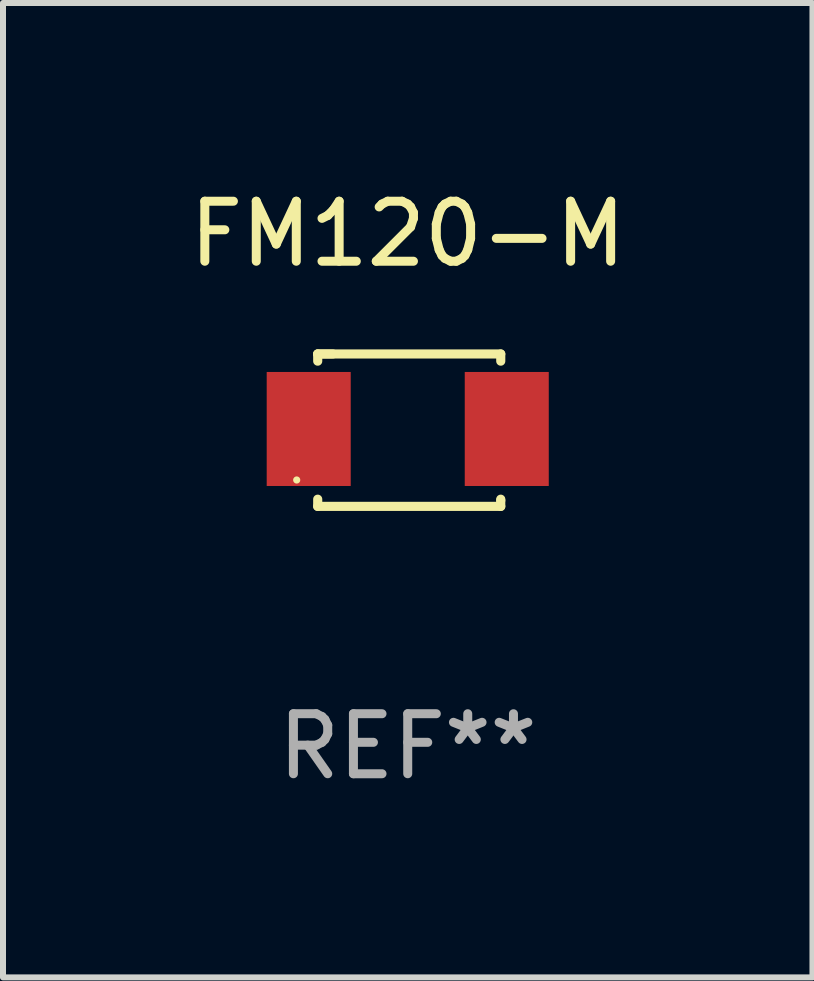
<source format=kicad_pcb>
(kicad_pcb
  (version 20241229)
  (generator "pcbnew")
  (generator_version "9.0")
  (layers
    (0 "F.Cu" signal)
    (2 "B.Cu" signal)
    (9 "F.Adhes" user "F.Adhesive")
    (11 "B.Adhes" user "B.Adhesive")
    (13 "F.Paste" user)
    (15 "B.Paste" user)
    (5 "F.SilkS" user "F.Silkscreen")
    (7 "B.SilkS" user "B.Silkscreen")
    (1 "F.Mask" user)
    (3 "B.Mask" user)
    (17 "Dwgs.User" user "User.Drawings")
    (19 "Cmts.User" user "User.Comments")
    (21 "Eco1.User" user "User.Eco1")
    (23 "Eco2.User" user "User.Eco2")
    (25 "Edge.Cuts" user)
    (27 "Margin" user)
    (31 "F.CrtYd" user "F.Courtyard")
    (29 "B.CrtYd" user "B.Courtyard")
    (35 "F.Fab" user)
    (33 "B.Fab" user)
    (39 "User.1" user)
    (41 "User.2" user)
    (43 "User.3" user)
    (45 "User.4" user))
  (footprint "FM120-M"
    (layer "F.Cu")
    (at 3.744 4.118)
    (property "Reference" "FM120-M" (at 0 -3.27 0) (layer "F.SilkS") (effects (font (size 1 1) (thickness 0.15))))
    (attr through_hole)
    (fp_line (start -1.5 -1.27) (end -1.247 -1.27) (stroke (width 0.152) (type solid)) (layer "F.SilkS"))
    (fp_line (start -1.5 -1.27) (end 1.55 -1.27) (stroke (width 0.152) (type solid)) (layer "F.SilkS"))
    (fp_line (start -1.5 -1.15) (end -1.5 -1.27) (stroke (width 0.152) (type solid)) (layer "F.SilkS"))
    (fp_line (start -1.5 1.27) (end -1.5 1.15) (stroke (width 0.152) (type solid)) (layer "F.SilkS"))
    (fp_line (start 1.55 -1.27) (end 1.55 -1.15) (stroke (width 0.152) (type solid)) (layer "F.SilkS"))
    (fp_line (start 1.55 1.15) (end 1.55 1.17) (stroke (width 0.152) (type solid)) (layer "F.SilkS"))
    (fp_line (start 1.55 1.17) (end 1.55 1.27) (stroke (width 0.152) (type solid)) (layer "F.SilkS"))
    (fp_line (start 1.55 1.27) (end -1.5 1.27) (stroke (width 0.152) (type solid)) (layer "F.SilkS"))
    (fp_circle (center -1.85 0.83) (end -1.82 0.83) (stroke (width 0.06) (type solid)) (fill no) (layer "F.SilkS"))
    (fp_text user "REF**" (at 0 5.27 0) (layer "F.Fab") (effects (font (size 1 1) (thickness 0.15))))
    (pad "1" smd rect (at -1.65 -0.02 180) (size 1.4 1.9) (layers "F.Cu" "F.Mask" "F.Paste"))
    (pad "2" smd rect (at 1.65 -0.02 180) (size 1.4 1.9) (layers "F.Cu" "F.Mask" "F.Paste")))
  (gr_rect
    (start -3 -3)
    (end 10.488 13.236)
    (stroke (width 0.1) (type default))
    (fill no)
    (layer "Edge.Cuts")))
</source>
